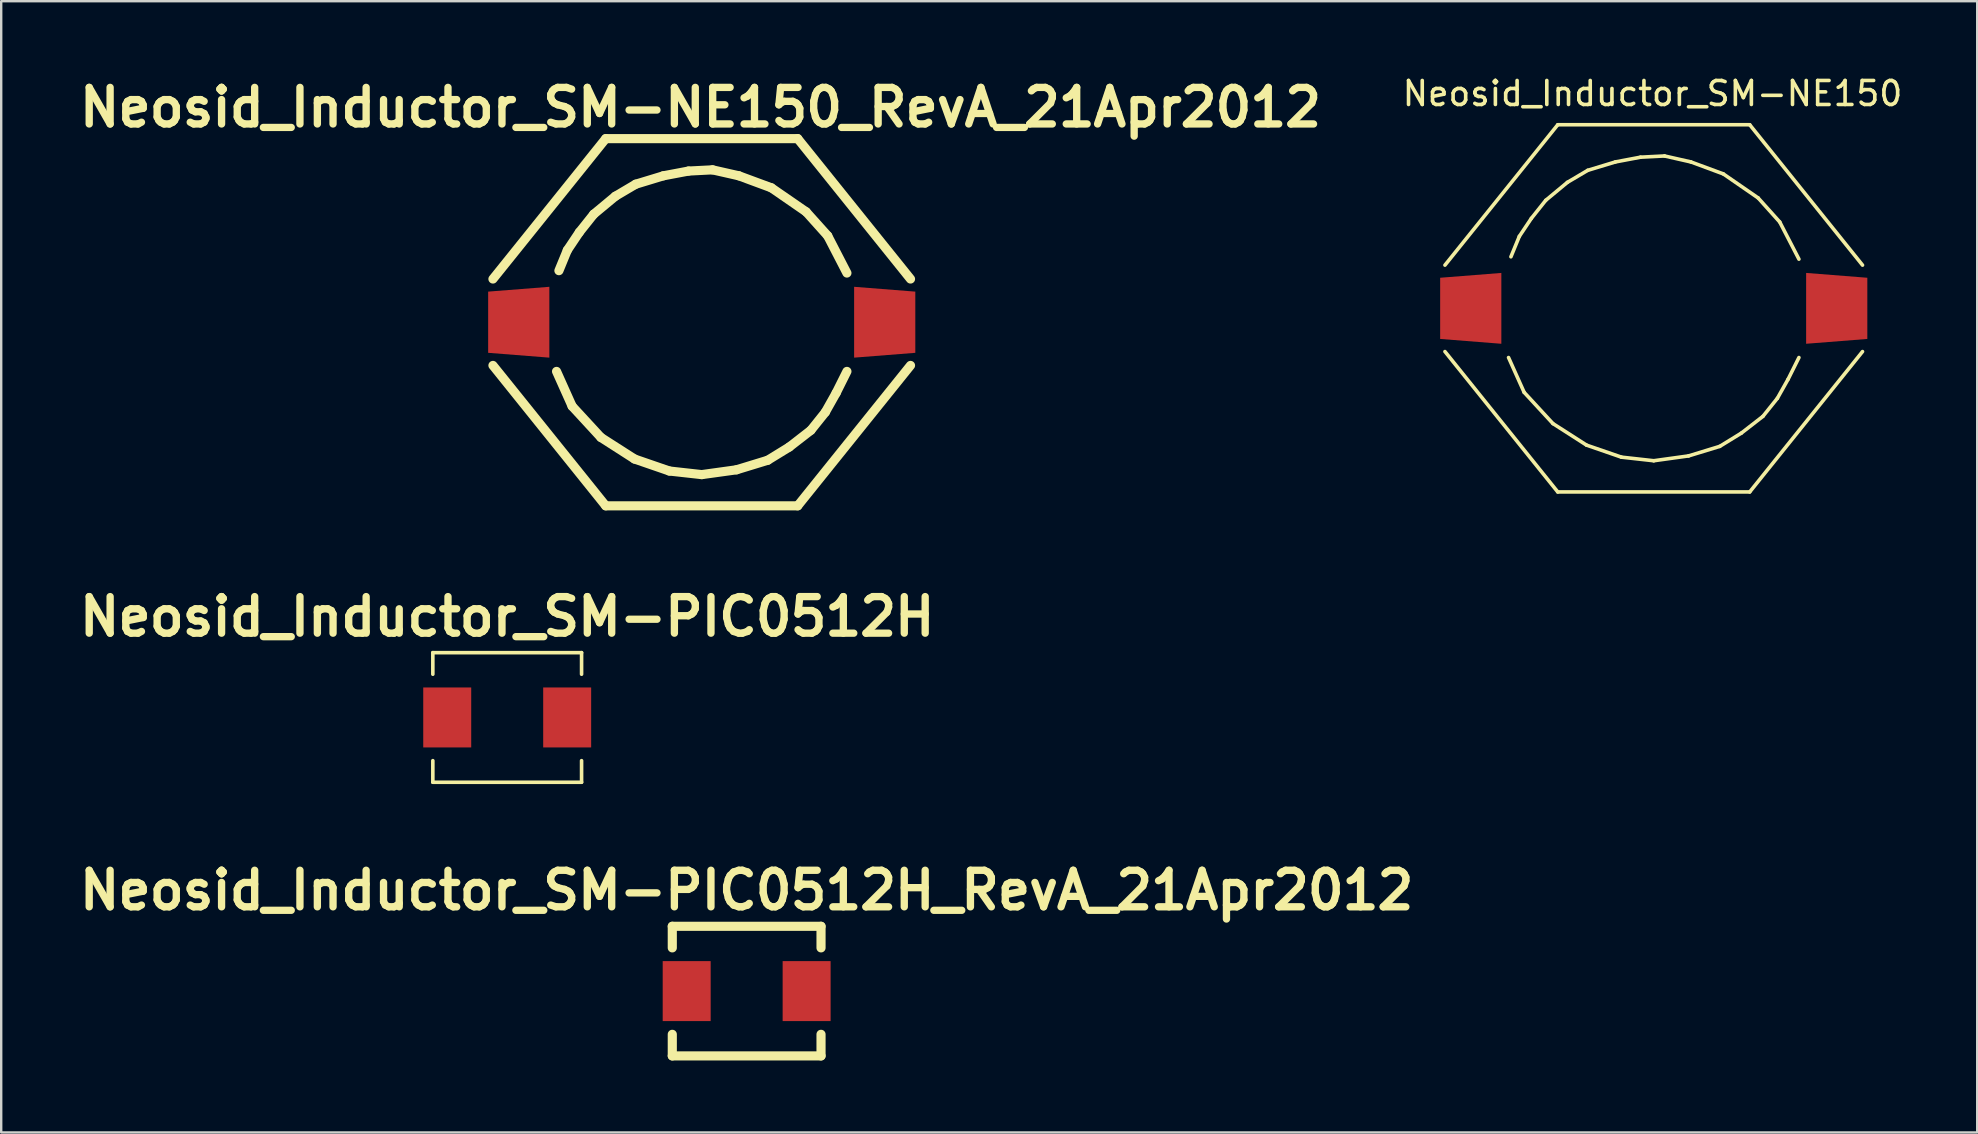
<source format=kicad_pcb>
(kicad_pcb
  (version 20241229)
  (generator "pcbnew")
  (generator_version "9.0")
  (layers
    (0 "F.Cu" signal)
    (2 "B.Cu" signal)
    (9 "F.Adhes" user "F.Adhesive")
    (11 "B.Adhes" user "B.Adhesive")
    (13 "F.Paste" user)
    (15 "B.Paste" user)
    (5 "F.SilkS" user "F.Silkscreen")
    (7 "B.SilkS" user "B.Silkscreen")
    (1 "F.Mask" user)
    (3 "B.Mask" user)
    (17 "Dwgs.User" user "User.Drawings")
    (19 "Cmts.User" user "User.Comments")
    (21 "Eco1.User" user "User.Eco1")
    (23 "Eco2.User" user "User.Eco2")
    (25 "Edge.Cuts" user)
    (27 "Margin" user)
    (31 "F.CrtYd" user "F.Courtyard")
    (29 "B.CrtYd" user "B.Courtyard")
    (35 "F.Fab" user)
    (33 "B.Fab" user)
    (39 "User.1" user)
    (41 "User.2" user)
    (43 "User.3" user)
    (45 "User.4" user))
  (footprint "Neosid_Inductor_SM-NE150"
    (layer "F.Cu")
    (at 65.861 9.799)
    (property "Reference" "Neosid_Inductor_SM-NE150" (at -0.051 -8.951 0) (layer "F.SilkS") (effects (font (size 1 1) (thickness 0.15))))
    (attr smd)
    (fp_line (start -5.951 -2.149) (end -5.601 -3) (stroke (width 0.15) (type solid)) (layer "F.SilkS"))
    (fp_line (start -5.601 -3) (end -5.1 -3.749) (stroke (width 0.15) (type solid)) (layer "F.SilkS"))
    (fp_line (start -5.4 3.5) (end -6.05 2.05) (stroke (width 0.15) (type solid)) (layer "F.SilkS"))
    (fp_line (start -5.1 -3.749) (end -4.501 -4.501) (stroke (width 0.15) (type solid)) (layer "F.SilkS"))
    (fp_line (start -4.501 -4.501) (end -3.599 -5.25) (stroke (width 0.15) (type solid)) (layer "F.SilkS"))
    (fp_line (start -4.201 4.801) (end -5.4 3.5) (stroke (width 0.15) (type solid)) (layer "F.SilkS"))
    (fp_line (start -4 -7.65) (end -8.7 -1.801) (stroke (width 0.15) (type solid)) (layer "F.SilkS"))
    (fp_line (start -4 7.65) (end -8.7 1.801) (stroke (width 0.15) (type solid)) (layer "F.SilkS"))
    (fp_line (start -3.599 -5.25) (end -2.751 -5.751) (stroke (width 0.15) (type solid)) (layer "F.SilkS"))
    (fp_line (start -2.799 5.7) (end -4.201 4.801) (stroke (width 0.15) (type solid)) (layer "F.SilkS"))
    (fp_line (start -2.751 -5.751) (end -1.6 -6.101) (stroke (width 0.15) (type solid)) (layer "F.SilkS"))
    (fp_line (start -1.6 -6.101) (end -0.551 -6.299) (stroke (width 0.15) (type solid)) (layer "F.SilkS"))
    (fp_line (start -1.349 6.2) (end -2.799 5.7) (stroke (width 0.15) (type solid)) (layer "F.SilkS"))
    (fp_line (start -0.551 -6.299) (end 0.45 -6.35) (stroke (width 0.15) (type solid)) (layer "F.SilkS"))
    (fp_line (start 0 6.35) (end -1.349 6.2) (stroke (width 0.15) (type solid)) (layer "F.SilkS"))
    (fp_line (start 0.45 -6.35) (end 1.549 -6.101) (stroke (width 0.15) (type solid)) (layer "F.SilkS"))
    (fp_line (start 1.45 6.149) (end 0 6.35) (stroke (width 0.15) (type solid)) (layer "F.SilkS"))
    (fp_line (start 1.549 -6.101) (end 2.901 -5.601) (stroke (width 0.15) (type solid)) (layer "F.SilkS"))
    (fp_line (start 2.751 5.751) (end 1.45 6.149) (stroke (width 0.15) (type solid)) (layer "F.SilkS"))
    (fp_line (start 2.901 -5.601) (end 4.351 -4.6) (stroke (width 0.15) (type solid)) (layer "F.SilkS"))
    (fp_line (start 3.65 5.199) (end 2.751 5.751) (stroke (width 0.15) (type solid)) (layer "F.SilkS"))
    (fp_line (start 4 -7.65) (end -4 -7.65) (stroke (width 0.15) (type solid)) (layer "F.SilkS"))
    (fp_line (start 4 7.65) (end -4 7.65) (stroke (width 0.15) (type solid)) (layer "F.SilkS"))
    (fp_line (start 4.351 -4.6) (end 5.25 -3.599) (stroke (width 0.15) (type solid)) (layer "F.SilkS"))
    (fp_line (start 4.549 4.501) (end 3.65 5.199) (stroke (width 0.15) (type solid)) (layer "F.SilkS"))
    (fp_line (start 5.151 3.749) (end 4.549 4.501) (stroke (width 0.15) (type solid)) (layer "F.SilkS"))
    (fp_line (start 5.25 -3.599) (end 6.05 -2.05) (stroke (width 0.15) (type solid)) (layer "F.SilkS"))
    (fp_line (start 5.601 2.949) (end 5.151 3.749) (stroke (width 0.15) (type solid)) (layer "F.SilkS"))
    (fp_line (start 6.05 2.05) (end 5.601 2.949) (stroke (width 0.15) (type solid)) (layer "F.SilkS"))
    (fp_line (start 8.7 -1.801) (end 4 -7.65) (stroke (width 0.15) (type solid)) (layer "F.SilkS"))
    (fp_line (start 8.7 1.801) (end 4 7.65) (stroke (width 0.15) (type solid)) (layer "F.SilkS"))
    (pad "1" smd trapezoid (at -7.625 0 180) (size 2.55 2.751) (rect_delta 0.201 0) (layers "F.Cu" "F.Mask" "F.Paste"))
    (pad "2" smd trapezoid (at 7.625 0) (size 2.55 2.751) (rect_delta 0.201 0) (layers "F.Cu" "F.Mask" "F.Paste")))
  (footprint "Neosid_Inductor_SM-NE150_RevA_21Apr2012"
    (layer "F.Cu")
    (at 26.191 10.377)
    (property "Reference" "Neosid_Inductor_SM-NE150_RevA_21Apr2012" (at -0.051 -8.951 0) (layer "F.SilkS") (effects (font (size 1.524 1.524) (thickness 0.305))))
    (attr smd)
    (fp_line (start -5.951 -2.149) (end -5.601 -3) (stroke (width 0.381) (type solid)) (layer "F.SilkS"))
    (fp_line (start -5.601 -3) (end -5.1 -3.749) (stroke (width 0.381) (type solid)) (layer "F.SilkS"))
    (fp_line (start -5.4 3.5) (end -6.05 2.05) (stroke (width 0.381) (type solid)) (layer "F.SilkS"))
    (fp_line (start -5.1 -3.749) (end -4.501 -4.501) (stroke (width 0.381) (type solid)) (layer "F.SilkS"))
    (fp_line (start -4.501 -4.501) (end -3.599 -5.25) (stroke (width 0.381) (type solid)) (layer "F.SilkS"))
    (fp_line (start -4.201 4.801) (end -5.4 3.5) (stroke (width 0.381) (type solid)) (layer "F.SilkS"))
    (fp_line (start -4 -7.65) (end -8.7 -1.801) (stroke (width 0.381) (type solid)) (layer "F.SilkS"))
    (fp_line (start -4 7.65) (end -8.7 1.801) (stroke (width 0.381) (type solid)) (layer "F.SilkS"))
    (fp_line (start -3.599 -5.25) (end -2.751 -5.751) (stroke (width 0.381) (type solid)) (layer "F.SilkS"))
    (fp_line (start -2.799 5.7) (end -4.201 4.801) (stroke (width 0.381) (type solid)) (layer "F.SilkS"))
    (fp_line (start -2.751 -5.751) (end -1.6 -6.101) (stroke (width 0.381) (type solid)) (layer "F.SilkS"))
    (fp_line (start -1.6 -6.101) (end -0.551 -6.299) (stroke (width 0.381) (type solid)) (layer "F.SilkS"))
    (fp_line (start -1.349 6.2) (end -2.799 5.7) (stroke (width 0.381) (type solid)) (layer "F.SilkS"))
    (fp_line (start -0.551 -6.299) (end 0.45 -6.35) (stroke (width 0.381) (type solid)) (layer "F.SilkS"))
    (fp_line (start 0 6.35) (end -1.349 6.2) (stroke (width 0.381) (type solid)) (layer "F.SilkS"))
    (fp_line (start 0.45 -6.35) (end 1.549 -6.101) (stroke (width 0.381) (type solid)) (layer "F.SilkS"))
    (fp_line (start 1.45 6.149) (end 0 6.35) (stroke (width 0.381) (type solid)) (layer "F.SilkS"))
    (fp_line (start 1.549 -6.101) (end 2.901 -5.601) (stroke (width 0.381) (type solid)) (layer "F.SilkS"))
    (fp_line (start 2.751 5.751) (end 1.45 6.149) (stroke (width 0.381) (type solid)) (layer "F.SilkS"))
    (fp_line (start 2.901 -5.601) (end 4.351 -4.6) (stroke (width 0.381) (type solid)) (layer "F.SilkS"))
    (fp_line (start 3.65 5.199) (end 2.751 5.751) (stroke (width 0.381) (type solid)) (layer "F.SilkS"))
    (fp_line (start 4 -7.65) (end -4 -7.65) (stroke (width 0.381) (type solid)) (layer "F.SilkS"))
    (fp_line (start 4 7.65) (end -4 7.65) (stroke (width 0.381) (type solid)) (layer "F.SilkS"))
    (fp_line (start 4.351 -4.6) (end 5.25 -3.599) (stroke (width 0.381) (type solid)) (layer "F.SilkS"))
    (fp_line (start 4.549 4.501) (end 3.65 5.199) (stroke (width 0.381) (type solid)) (layer "F.SilkS"))
    (fp_line (start 5.151 3.749) (end 4.549 4.501) (stroke (width 0.381) (type solid)) (layer "F.SilkS"))
    (fp_line (start 5.25 -3.599) (end 6.05 -2.05) (stroke (width 0.381) (type solid)) (layer "F.SilkS"))
    (fp_line (start 5.601 2.949) (end 5.151 3.749) (stroke (width 0.381) (type solid)) (layer "F.SilkS"))
    (fp_line (start 6.05 2.05) (end 5.601 2.949) (stroke (width 0.381) (type solid)) (layer "F.SilkS"))
    (fp_line (start 8.7 -1.801) (end 4 -7.65) (stroke (width 0.381) (type solid)) (layer "F.SilkS"))
    (fp_line (start 8.7 1.801) (end 4 7.65) (stroke (width 0.381) (type solid)) (layer "F.SilkS"))
    (pad "1" smd trapezoid (at -7.625 0 180) (size 2.55 2.751) (rect_delta 0.201 0) (layers "F.Cu" "F.Mask" "F.Paste"))
    (pad "2" smd trapezoid (at 7.625 0) (size 2.55 2.751) (rect_delta 0.201 0) (layers "F.Cu" "F.Mask" "F.Paste")))
  (footprint "Neosid_Inductor_SM-PIC0512H_RevA_21Apr2012"
    (layer "F.Cu")
    (at 28.063 38.249)
    (property "Reference" "Neosid_Inductor_SM-PIC0512H_RevA_21Apr2012" (at 0 -4.201 0) (layer "F.SilkS") (effects (font (size 1.524 1.524) (thickness 0.305))))
    (attr smd)
    (fp_line (start -3.099 -2.7) (end -3.099 -1.801) (stroke (width 0.381) (type solid)) (layer "F.SilkS"))
    (fp_line (start -3.099 2.7) (end -3.099 1.801) (stroke (width 0.381) (type solid)) (layer "F.SilkS"))
    (fp_line (start 3.099 -2.7) (end -3.099 -2.7) (stroke (width 0.381) (type solid)) (layer "F.SilkS"))
    (fp_line (start 3.099 -2.7) (end 3.099 -1.801) (stroke (width 0.381) (type solid)) (layer "F.SilkS"))
    (fp_line (start 3.099 1.801) (end 3.099 2.7) (stroke (width 0.381) (type solid)) (layer "F.SilkS"))
    (fp_line (start 3.099 2.7) (end -3.099 2.7) (stroke (width 0.381) (type solid)) (layer "F.SilkS"))
    (pad "1" smd rect (at -2.499 0 180) (size 1.999 2.499) (layers "F.Cu" "F.Mask" "F.Paste"))
    (pad "2" smd rect (at 2.499 0 180) (size 1.999 2.499) (layers "F.Cu" "F.Mask" "F.Paste")))
  (footprint "Neosid_Inductor_SM-PIC0512H"
    (layer "F.Cu")
    (at 18.085 26.846)
    (property "Reference" "Neosid_Inductor_SM-PIC0512H" (at 0 -4.201 0) (layer "F.SilkS") (effects (font (size 1.524 1.524) (thickness 0.305))))
    (attr smd)
    (fp_line (start -3.099 -2.7) (end -3.099 -1.801) (stroke (width 0.15) (type solid)) (layer "F.SilkS"))
    (fp_line (start -3.099 2.7) (end -3.099 1.801) (stroke (width 0.15) (type solid)) (layer "F.SilkS"))
    (fp_line (start 3.099 -2.7) (end -3.099 -2.7) (stroke (width 0.15) (type solid)) (layer "F.SilkS"))
    (fp_line (start 3.099 -2.7) (end 3.099 -1.801) (stroke (width 0.15) (type solid)) (layer "F.SilkS"))
    (fp_line (start 3.099 1.801) (end 3.099 2.7) (stroke (width 0.15) (type solid)) (layer "F.SilkS"))
    (fp_line (start 3.099 2.7) (end -3.099 2.7) (stroke (width 0.15) (type solid)) (layer "F.SilkS"))
    (pad "1" smd rect (at -2.499 0 180) (size 1.999 2.499) (layers "F.Cu" "F.Mask" "F.Paste"))
    (pad "2" smd rect (at 2.499 0 180) (size 1.999 2.499) (layers "F.Cu" "F.Mask" "F.Paste")))
  (gr_rect
    (start -3 -3)
    (end 79.34 44.139)
    (stroke (width 0.1) (type default))
    (fill no)
    (layer "Edge.Cuts")))
</source>
